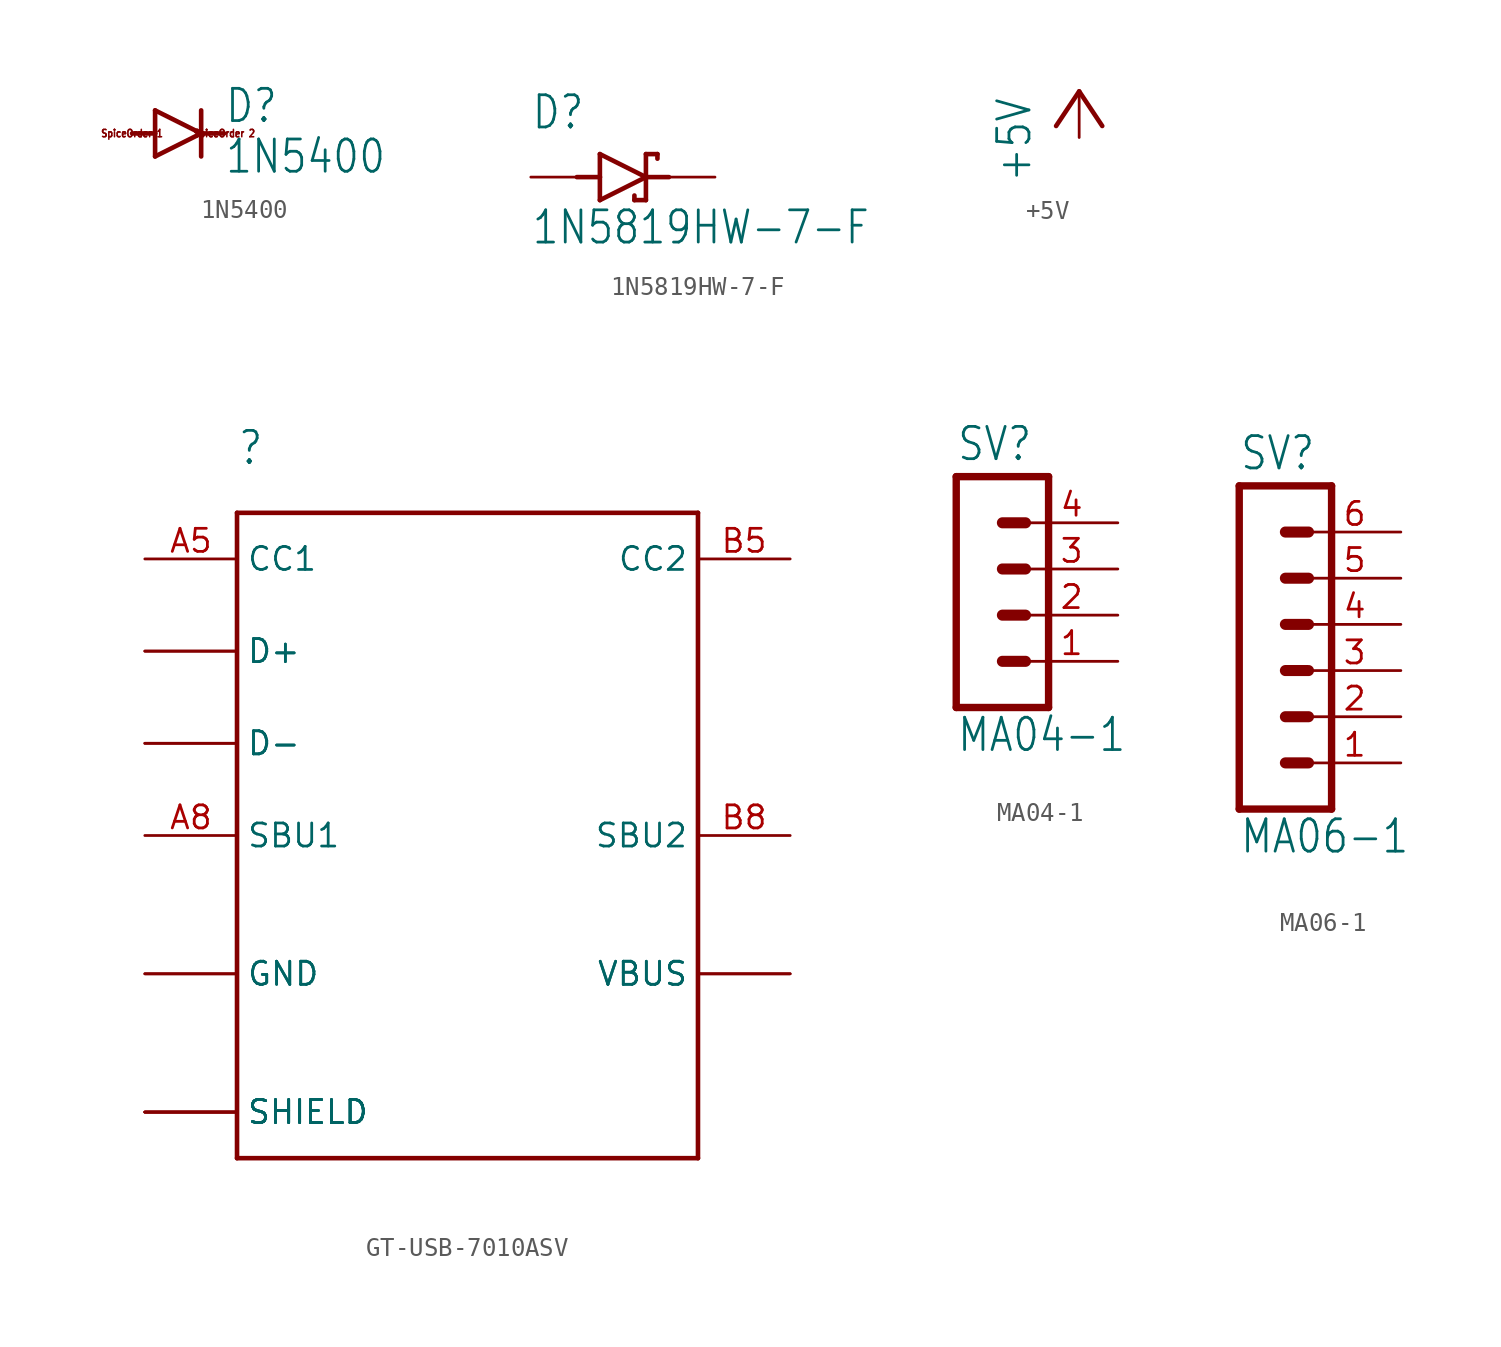
<source format=kicad_sym>
(kicad_symbol_lib
  (version 20220914)
  (generator kicad_symbol_editor)
  (symbol "1N5400"
    (property "Reference" "D"
      (at 2.54 0.483 0)
      (effects (font (size 1.778 1.511)) (justify left bottom)))
    (property "Value" "1N5400"
      (at 2.54 -2.311 0)
      (effects (font (size 1.778 1.511)) (justify left bottom)))
    (property "ki_locked" ""
      (at 0 0 0)
      (effects (font (size 1.27 1.27))))
    (symbol "1N5400_1_0"
      (polyline (pts (xy -1.27 -1.27) (xy 1.27 0)) (stroke (width 0.254) (type default)) (fill (type none)))
      (polyline (pts (xy -1.27 0) (xy -2.54 0)) (stroke (width 0.254) (type default)) (fill (type none)))
      (polyline (pts (xy -1.27 0) (xy -1.27 -1.27)) (stroke (width 0.254) (type default)) (fill (type none)))
      (polyline (pts (xy -1.27 1.27) (xy -1.27 0)) (stroke (width 0.254) (type default)) (fill (type none)))
      (polyline (pts (xy 1.27 0) (xy -1.27 1.27)) (stroke (width 0.254) (type default)) (fill (type none)))
      (polyline (pts (xy 1.27 0) (xy 1.27 -1.27)) (stroke (width 0.254) (type default)) (fill (type none)))
      (polyline (pts (xy 1.27 1.27) (xy 1.27 0)) (stroke (width 0.254) (type default)) (fill (type none)))
      (polyline (pts (xy 2.54 0) (xy 1.27 0)) (stroke (width 0.254) (type default)) (fill (type none)))
      (text "SpiceOrder 1" (at -2.54 0 0) (effects (font (size 0.406 0.345))))
      (text "SpiceOrder 2" (at 2.54 0 0) (effects (font (size 0.406 0.345))))
      (pin passive line (at -2.54 0 0) (length 0) (name "A" (effects (font (size 0 0)))) (number "A" (effects (font (size 0 0)))))
      (pin passive line (at 2.54 0 180) (length 0) (name "C" (effects (font (size 0 0)))) (number "C" (effects (font (size 0 0)))))))
  (symbol "1N5819HW-7-F"
    (property "Reference" "D"
      (at -5.08 2.54 0)
      (effects (font (size 1.778 1.511)) (justify left bottom)))
    (property "Value" "1N5819HW-7-F"
      (at -5.08 -3.81 0)
      (effects (font (size 1.778 1.511)) (justify left bottom)))
    (property "ki_locked" ""
      (at 0 0 0)
      (effects (font (size 1.27 1.27))))
    (symbol "1N5819HW-7-F_1_0"
      (polyline (pts (xy -2.54 0) (xy -1.27 0)) (stroke (width 0.254) (type default)) (fill (type none)))
      (polyline (pts (xy -1.27 -1.27) (xy 1.27 0)) (stroke (width 0.254) (type default)) (fill (type none)))
      (polyline (pts (xy -1.27 0) (xy -1.27 -1.27)) (stroke (width 0.254) (type default)) (fill (type none)))
      (polyline (pts (xy -1.27 1.27) (xy -1.27 0)) (stroke (width 0.254) (type default)) (fill (type none)))
      (polyline (pts (xy 0.635 -1.016) (xy 0.635 -1.27)) (stroke (width 0.254) (type default)) (fill (type none)))
      (polyline (pts (xy 1.27 -1.27) (xy 0.635 -1.27)) (stroke (width 0.254) (type default)) (fill (type none)))
      (polyline (pts (xy 1.27 0) (xy -1.27 1.27)) (stroke (width 0.254) (type default)) (fill (type none)))
      (polyline (pts (xy 1.27 0) (xy 1.27 -1.27)) (stroke (width 0.254) (type default)) (fill (type none)))
      (polyline (pts (xy 1.27 1.27) (xy 1.27 0)) (stroke (width 0.254) (type default)) (fill (type none)))
      (polyline (pts (xy 1.905 1.27) (xy 1.27 1.27)) (stroke (width 0.254) (type default)) (fill (type none)))
      (polyline (pts (xy 1.905 1.27) (xy 1.905 1.016)) (stroke (width 0.254) (type default)) (fill (type none)))
      (polyline (pts (xy 2.54 0) (xy 1.27 0)) (stroke (width 0.254) (type default)) (fill (type none)))
      (pin passive line (at -5.08 0 0) (length 2.54) (name "A" (effects (font (size 0 0)))) (number "A" (effects (font (size 0 0)))))
      (pin passive line (at 5.08 0 180) (length 2.54) (name "K" (effects (font (size 0 0)))) (number "C" (effects (font (size 0 0)))))))
  (symbol "+5V"
    (power)
    (property "Reference" "#P+"
      (at 0 0 0)
      (effects (font (size 1.27 1.27)) hide))
    (property "Value" "+5V"
      (at -2.54 -5.08 90)
      (effects (font (size 1.778 1.511)) (justify left bottom)))
    (property "ki_locked" ""
      (at 0 0 0)
      (effects (font (size 1.27 1.27))))
    (symbol "+5V_1_0"
      (polyline (pts (xy 0 0) (xy -1.27 -1.905)) (stroke (width 0.254) (type default)) (fill (type none)))
      (polyline (pts (xy 1.27 -1.905) (xy 0 0)) (stroke (width 0.254) (type default)) (fill (type none)))
      (pin power_in line (at 0 -2.54 90) (length 2.54) (name "+5V" (effects (font (size 0 0)))) (number "1" (effects (font (size 0 0)))))))
  (symbol "GT-USB-7010ASV"
    (property "Reference" ""
      (at -5.08 15.24 0)
      (effects (font (size 1.778 1.511)) (justify left bottom)))
    (property "ki_locked" ""
      (at 0 0 0)
      (effects (font (size 1.27 1.27))))
    (symbol "GT-USB-7010ASV_1_0"
      (polyline (pts (xy -5.08 -22.86) (xy -5.08 12.7)) (stroke (width 0.254) (type default)) (fill (type none)))
      (polyline (pts (xy -5.08 12.7) (xy 20.32 12.7)) (stroke (width 0.254) (type default)) (fill (type none)))
      (polyline (pts (xy 20.32 -22.86) (xy -5.08 -22.86)) (stroke (width 0.254) (type default)) (fill (type none)))
      (polyline (pts (xy 20.32 12.7) (xy 20.32 -22.86)) (stroke (width 0.254) (type default)) (fill (type none)))
      (pin bidirectional line (at -10.16 -12.7 0) (length 5.08) (name "GND" (effects (font (size 1.27 1.27)))) (number "A1/B12" (effects (font (size 0 0)))))
      (pin bidirectional line (at 25.4 -12.7 180) (length 5.08) (name "VBUS" (effects (font (size 1.27 1.27)))) (number "A4/B9" (effects (font (size 0 0)))))
      (pin bidirectional line (at -10.16 10.16 0) (length 5.08) (name "CC1" (effects (font (size 1.27 1.27)))) (number "A5" (effects (font (size 1.27 1.27)))))
      (pin bidirectional line (at -10.16 5.08 0) (length 5.08) (name "D+" (effects (font (size 1.27 1.27)))) (number "A6" (effects (font (size 0 0)))))
      (pin bidirectional line (at -10.16 0 0) (length 5.08) (name "D-" (effects (font (size 1.27 1.27)))) (number "A7" (effects (font (size 0 0)))))
      (pin bidirectional line (at -10.16 -5.08 0) (length 5.08) (name "SBU1" (effects (font (size 1.27 1.27)))) (number "A8" (effects (font (size 1.27 1.27)))))
      (pin bidirectional line (at -10.16 -12.7 0) (length 5.08) (name "GND" (effects (font (size 1.27 1.27)))) (number "B1/A12" (effects (font (size 0 0)))))
      (pin bidirectional line (at 25.4 -12.7 180) (length 5.08) (name "VBUS" (effects (font (size 1.27 1.27)))) (number "B4/A9" (effects (font (size 0 0)))))
      (pin bidirectional line (at 25.4 10.16 180) (length 5.08) (name "CC2" (effects (font (size 1.27 1.27)))) (number "B5" (effects (font (size 1.27 1.27)))))
      (pin bidirectional line (at -10.16 5.08 0) (length 5.08) (name "D+" (effects (font (size 1.27 1.27)))) (number "B6" (effects (font (size 0 0)))))
      (pin bidirectional line (at -10.16 0 0) (length 5.08) (name "D-" (effects (font (size 1.27 1.27)))) (number "B7" (effects (font (size 0 0)))))
      (pin bidirectional line (at 25.4 -5.08 180) (length 5.08) (name "SBU2" (effects (font (size 1.27 1.27)))) (number "B8" (effects (font (size 1.27 1.27)))))
      (pin bidirectional line (at -10.16 -20.32 0) (length 5.08) (name "SHIELD" (effects (font (size 1.27 1.27)))) (number "SHIELD1" (effects (font (size 0 0)))))
      (pin bidirectional line (at -10.16 -20.32 0) (length 5.08) (name "SHIELD" (effects (font (size 1.27 1.27)))) (number "SHIELD2" (effects (font (size 0 0)))))
      (pin bidirectional line (at -10.16 -20.32 0) (length 5.08) (name "SHIELD" (effects (font (size 1.27 1.27)))) (number "SHIELD3" (effects (font (size 0 0)))))
      (pin bidirectional line (at -10.16 -20.32 0) (length 5.08) (name "SHIELD" (effects (font (size 1.27 1.27)))) (number "SHIELD4" (effects (font (size 0 0)))))))
  (symbol "MA04-1"
    (property "Reference" "SV"
      (at -1.27 5.842 0)
      (effects (font (size 1.778 1.511)) (justify left bottom)))
    (property "Value" "MA04-1"
      (at -1.27 -10.16 0)
      (effects (font (size 1.778 1.511)) (justify left bottom)))
    (property "ki_locked" ""
      (at 0 0 0)
      (effects (font (size 1.27 1.27))))
    (symbol "MA04-1_1_0"
      (polyline (pts (xy -1.27 5.08) (xy -1.27 -7.62)) (stroke (width 0.406) (type default)) (fill (type none)))
      (polyline (pts (xy -1.27 5.08) (xy 3.81 5.08)) (stroke (width 0.406) (type default)) (fill (type none)))
      (polyline (pts (xy 1.27 -5.08) (xy 2.54 -5.08)) (stroke (width 0.61) (type default)) (fill (type none)))
      (polyline (pts (xy 1.27 -2.54) (xy 2.54 -2.54)) (stroke (width 0.61) (type default)) (fill (type none)))
      (polyline (pts (xy 1.27 0) (xy 2.54 0)) (stroke (width 0.61) (type default)) (fill (type none)))
      (polyline (pts (xy 1.27 2.54) (xy 2.54 2.54)) (stroke (width 0.61) (type default)) (fill (type none)))
      (polyline (pts (xy 3.81 -7.62) (xy -1.27 -7.62)) (stroke (width 0.406) (type default)) (fill (type none)))
      (polyline (pts (xy 3.81 -7.62) (xy 3.81 5.08)) (stroke (width 0.406) (type default)) (fill (type none)))
      (pin passive line (at 7.62 -5.08 180) (length 5.08) (name "1" (effects (font (size 0 0)))) (number "1" (effects (font (size 1.27 1.27)))))
      (pin passive line (at 7.62 -2.54 180) (length 5.08) (name "2" (effects (font (size 0 0)))) (number "2" (effects (font (size 1.27 1.27)))))
      (pin passive line (at 7.62 0 180) (length 5.08) (name "3" (effects (font (size 0 0)))) (number "3" (effects (font (size 1.27 1.27)))))
      (pin passive line (at 7.62 2.54 180) (length 5.08) (name "4" (effects (font (size 0 0)))) (number "4" (effects (font (size 1.27 1.27)))))))
  (symbol "MA06-1"
    (property "Reference" "SV"
      (at -1.27 8.382 0)
      (effects (font (size 1.778 1.511)) (justify left bottom)))
    (property "Value" "MA06-1"
      (at -1.27 -12.7 0)
      (effects (font (size 1.778 1.511)) (justify left bottom)))
    (property "ki_locked" ""
      (at 0 0 0)
      (effects (font (size 1.27 1.27))))
    (symbol "MA06-1_1_0"
      (polyline (pts (xy -1.27 7.62) (xy -1.27 -10.16)) (stroke (width 0.406) (type default)) (fill (type none)))
      (polyline (pts (xy -1.27 7.62) (xy 3.81 7.62)) (stroke (width 0.406) (type default)) (fill (type none)))
      (polyline (pts (xy 1.27 -7.62) (xy 2.54 -7.62)) (stroke (width 0.61) (type default)) (fill (type none)))
      (polyline (pts (xy 1.27 -5.08) (xy 2.54 -5.08)) (stroke (width 0.61) (type default)) (fill (type none)))
      (polyline (pts (xy 1.27 -2.54) (xy 2.54 -2.54)) (stroke (width 0.61) (type default)) (fill (type none)))
      (polyline (pts (xy 1.27 0) (xy 2.54 0)) (stroke (width 0.61) (type default)) (fill (type none)))
      (polyline (pts (xy 1.27 2.54) (xy 2.54 2.54)) (stroke (width 0.61) (type default)) (fill (type none)))
      (polyline (pts (xy 1.27 5.08) (xy 2.54 5.08)) (stroke (width 0.61) (type default)) (fill (type none)))
      (polyline (pts (xy 3.81 -10.16) (xy -1.27 -10.16)) (stroke (width 0.406) (type default)) (fill (type none)))
      (polyline (pts (xy 3.81 -10.16) (xy 3.81 7.62)) (stroke (width 0.406) (type default)) (fill (type none)))
      (pin passive line (at 7.62 -7.62 180) (length 5.08) (name "1" (effects (font (size 0 0)))) (number "1" (effects (font (size 1.27 1.27)))))
      (pin passive line (at 7.62 -5.08 180) (length 5.08) (name "2" (effects (font (size 0 0)))) (number "2" (effects (font (size 1.27 1.27)))))
      (pin passive line (at 7.62 -2.54 180) (length 5.08) (name "3" (effects (font (size 0 0)))) (number "3" (effects (font (size 1.27 1.27)))))
      (pin passive line (at 7.62 0 180) (length 5.08) (name "4" (effects (font (size 0 0)))) (number "4" (effects (font (size 1.27 1.27)))))
      (pin passive line (at 7.62 2.54 180) (length 5.08) (name "5" (effects (font (size 0 0)))) (number "5" (effects (font (size 1.27 1.27)))))
      (pin passive line (at 7.62 5.08 180) (length 5.08) (name "6" (effects (font (size 0 0)))) (number "6" (effects (font (size 1.27 1.27))))))))
</source>
